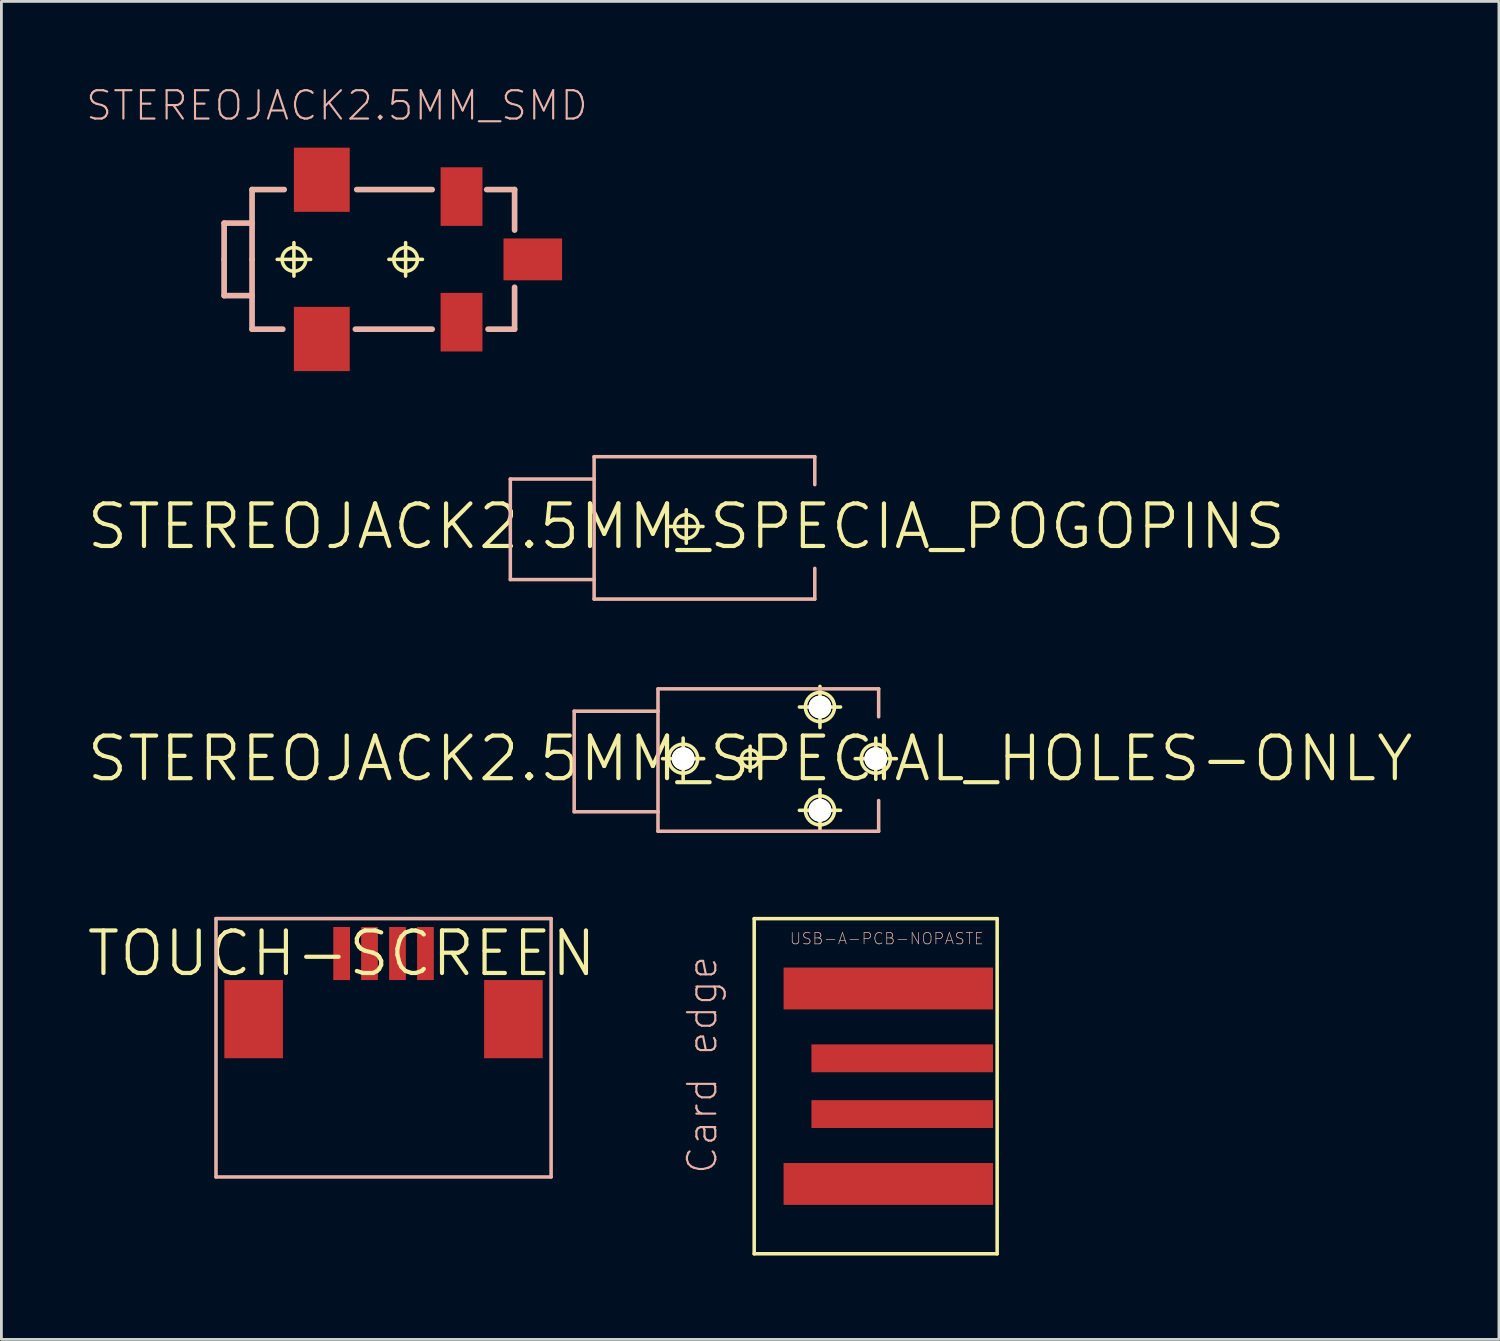
<source format=kicad_pcb>
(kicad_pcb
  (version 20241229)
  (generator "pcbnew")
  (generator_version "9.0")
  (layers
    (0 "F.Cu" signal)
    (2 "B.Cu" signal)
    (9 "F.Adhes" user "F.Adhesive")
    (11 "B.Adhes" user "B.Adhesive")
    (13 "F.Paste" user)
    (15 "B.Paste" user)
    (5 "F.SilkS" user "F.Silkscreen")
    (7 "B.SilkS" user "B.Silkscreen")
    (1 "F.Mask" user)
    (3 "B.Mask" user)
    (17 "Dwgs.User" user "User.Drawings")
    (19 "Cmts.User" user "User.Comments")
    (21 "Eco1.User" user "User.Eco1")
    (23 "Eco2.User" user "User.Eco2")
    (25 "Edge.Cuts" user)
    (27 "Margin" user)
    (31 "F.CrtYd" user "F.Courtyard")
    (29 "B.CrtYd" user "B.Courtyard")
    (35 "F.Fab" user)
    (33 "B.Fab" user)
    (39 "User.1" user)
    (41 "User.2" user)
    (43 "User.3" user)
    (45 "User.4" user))
  (footprint "USB-A-PCB-NOPASTE"
    (layer "F.Cu")
    (at 28.947 35.833)
    (property "Reference" "USB-A-PCB-NOPASTE" (at -0.254 -5.283 0) (layer "B.SilkS") (effects (font (size 0.406 0.406) (thickness 0.025))))
    (attr smd)
    (fp_line (start -4.999 -5.999) (end 3.698 -5.999) (stroke (width 0.127) (type solid)) (layer "F.SilkS"))
    (fp_line (start -4.999 5.999) (end -4.999 -5.999) (stroke (width 0.127) (type solid)) (layer "F.SilkS"))
    (fp_line (start 3.698 -5.999) (end 3.698 5.999) (stroke (width 0.127) (type solid)) (layer "F.SilkS"))
    (fp_line (start 3.698 5.999) (end -4.999 5.999) (stroke (width 0.127) (type solid)) (layer "F.SilkS"))
    (fp_text user "Card edge" (at -6.858 -0.762 90) (layer "B.SilkS") (effects (font (size 1.016 1.016) (thickness 0.076))))
    (pad "5V" smd rect (at -0.198 3.498) (size 7.498 1.499) (layers "F.Cu" "F.Mask" "F.Paste"))
    (pad "GND" smd rect (at -0.198 -3.498) (size 7.498 1.499) (layers "F.Cu" "F.Mask" "F.Paste"))
    (pad "USB_" smd rect (at 0.3 -0.998) (size 6.5 0.998) (layers "F.Cu" "F.Mask" "F.Paste"))
    (pad "USB_" smd rect (at 0.3 0.998) (size 6.5 0.998) (layers "F.Cu" "F.Mask" "F.Paste")))
  (footprint "TOUCH-SCREEN"
    (layer "F.Cu")
    (at 9.18 31.083)
    (property "Reference" "TOUCH-SCREEN" (at 0 0 0) (layer "F.SilkS") (effects (font (size 1.524 1.524) (thickness 0.15))))
    (attr smd)
    (fp_line (start -4.498 -1.25) (end 7.498 -1.25) (stroke (width 0.127) (type solid)) (layer "B.SilkS"))
    (fp_line (start -4.498 7.998) (end -4.498 -1.25) (stroke (width 0.127) (type solid)) (layer "B.SilkS"))
    (fp_line (start 7.498 -1.25) (end 7.498 7.998) (stroke (width 0.127) (type solid)) (layer "B.SilkS"))
    (fp_line (start 7.498 7.998) (end -4.498 7.998) (stroke (width 0.127) (type solid)) (layer "B.SilkS"))
    (pad "P$1" smd rect (at 0 0 180) (size 0.599 1.9) (layers "F.Cu" "F.Mask" "F.Paste"))
    (pad "P$2" smd rect (at 0.998 0) (size 0.599 1.9) (layers "F.Cu" "F.Mask" "F.Paste"))
    (pad "P$3" smd rect (at 1.999 0) (size 0.599 1.9) (layers "F.Cu" "F.Mask" "F.Paste"))
    (pad "P$4" smd rect (at 3 0) (size 0.599 1.9) (layers "F.Cu" "F.Mask" "F.Paste"))
    (pad "P$5" smd rect (at -3.15 2.349 90) (size 2.799 2.098) (layers "F.Cu" "F.Mask" "F.Paste"))
    (pad "P$6" smd rect (at 6.149 2.349 90) (size 2.799 2.098) (layers "F.Cu" "F.Mask" "F.Paste")))
  (footprint "STEREOJACK2.5MM_SPECIAL_HOLES-ONLY"
    (layer "F.Cu")
    (at 23.803 24.108)
    (property "Reference" "STEREOJACK2.5MM_SPECIAL_HOLES-ONLY" (at 0 0 0) (layer "F.SilkS") (effects (font (size 1.524 1.524) (thickness 0.15))))
    (attr exclude_from_pos_files exclude_from_bom)
    (fp_line (start -3.134 0) (end -1.661 0) (stroke (width 0.127) (type solid)) (layer "F.SilkS"))
    (fp_line (start -2.398 0.737) (end -2.398 -0.737) (stroke (width 0.127) (type solid)) (layer "F.SilkS"))
    (fp_line (start -0.445 0) (end 0.445 0) (stroke (width 0.127) (type solid)) (layer "F.SilkS"))
    (fp_line (start 0 0.445) (end 0 -0.445) (stroke (width 0.127) (type solid)) (layer "F.SilkS"))
    (fp_line (start 1.763 -1.849) (end 3.236 -1.849) (stroke (width 0.127) (type solid)) (layer "F.SilkS"))
    (fp_line (start 1.763 1.849) (end 3.236 1.849) (stroke (width 0.127) (type solid)) (layer "F.SilkS"))
    (fp_line (start 2.499 -1.113) (end 2.499 -2.586) (stroke (width 0.127) (type solid)) (layer "F.SilkS"))
    (fp_line (start 2.499 2.586) (end 2.499 1.113) (stroke (width 0.127) (type solid)) (layer "F.SilkS"))
    (fp_line (start 3.762 0) (end 5.235 0) (stroke (width 0.127) (type solid)) (layer "F.SilkS"))
    (fp_line (start 4.498 0.737) (end 4.498 -0.737) (stroke (width 0.127) (type solid)) (layer "F.SilkS"))
    (fp_circle (center -2.398 0) (end -2.766 0.368) (stroke (width 0.127) (type solid)) (fill no) (layer "F.SilkS"))
    (fp_circle (center 0 0) (end -0.221 0.221) (stroke (width 0.127) (type solid)) (fill no) (layer "F.SilkS"))
    (fp_circle (center 2.499 -1.849) (end 2.868 -2.217) (stroke (width 0.127) (type solid)) (fill no) (layer "F.SilkS"))
    (fp_circle (center 2.499 1.849) (end 2.868 2.217) (stroke (width 0.127) (type solid)) (fill no) (layer "F.SilkS"))
    (fp_circle (center 4.498 0) (end 4.867 0.368) (stroke (width 0.127) (type solid)) (fill no) (layer "F.SilkS"))
    (fp_line (start -6.299 -1.699) (end -6.299 1.9) (stroke (width 0.127) (type solid)) (layer "B.SilkS"))
    (fp_line (start -6.299 1.9) (end -3.299 1.9) (stroke (width 0.127) (type solid)) (layer "B.SilkS"))
    (fp_line (start -3.299 -2.499) (end -3.299 -1.699) (stroke (width 0.127) (type solid)) (layer "B.SilkS"))
    (fp_line (start -3.299 -1.699) (end -6.299 -1.699) (stroke (width 0.127) (type solid)) (layer "B.SilkS"))
    (fp_line (start -3.299 -1.699) (end -3.299 1.9) (stroke (width 0.127) (type solid)) (layer "B.SilkS"))
    (fp_line (start -3.299 1.9) (end -3.299 2.598) (stroke (width 0.127) (type solid)) (layer "B.SilkS"))
    (fp_line (start -3.299 2.598) (end 4.6 2.598) (stroke (width 0.127) (type solid)) (layer "B.SilkS"))
    (fp_line (start 4.6 -2.499) (end -3.299 -2.499) (stroke (width 0.127) (type solid)) (layer "B.SilkS"))
    (fp_line (start 4.6 -1.499) (end 4.6 -2.499) (stroke (width 0.127) (type solid)) (layer "B.SilkS"))
    (fp_line (start 4.6 2.598) (end 4.6 1.499) (stroke (width 0.127) (type solid)) (layer "B.SilkS"))
    (pad "RING" thru_hole circle (at 2.499 -1.849) (size 0.813 0.813) (drill 0.889) (layers "*.Cu" "F.Mask" "F.SilkS" "F.Paste"))
    (pad "RING" thru_hole circle (at 2.499 1.849) (size 0.813 0.813) (drill 0.889) (layers "*.Cu" "F.Mask" "F.SilkS" "F.Paste"))
    (pad "SHIE" thru_hole circle (at -2.398 0) (size 0.813 0.813) (drill 0.889) (layers "*.Cu" "F.Mask" "F.SilkS" "F.Paste"))
    (pad "TIP" thru_hole circle (at 4.498 0) (size 0.813 0.813) (drill 0.889) (layers "*.Cu" "F.Mask" "F.SilkS" "F.Paste")))
  (footprint "STEREOJACK2.5MM_SPECIA_POGOPINS"
    (layer "F.Cu")
    (at 21.517 15.797)
    (property "Reference" "STEREOJACK2.5MM_SPECIA_POGOPINS" (at 0 0 0) (layer "F.SilkS") (effects (font (size 1.524 1.524) (thickness 0.15))))
    (attr exclude_from_pos_files exclude_from_bom)
    (fp_line (start -0.599 0) (end 0.599 0) (stroke (width 0.127) (type solid)) (layer "F.SilkS"))
    (fp_line (start 0 0.599) (end 0 -0.599) (stroke (width 0.127) (type solid)) (layer "F.SilkS"))
    (fp_circle (center 0 0) (end -0.3 0.3) (stroke (width 0.127) (type solid)) (fill no) (layer "F.SilkS"))
    (fp_line (start -6.299 -1.699) (end -6.299 1.9) (stroke (width 0.127) (type solid)) (layer "B.SilkS"))
    (fp_line (start -6.299 1.9) (end -3.299 1.9) (stroke (width 0.127) (type solid)) (layer "B.SilkS"))
    (fp_line (start -3.299 -2.499) (end -3.299 -1.699) (stroke (width 0.127) (type solid)) (layer "B.SilkS"))
    (fp_line (start -3.299 -1.699) (end -6.299 -1.699) (stroke (width 0.127) (type solid)) (layer "B.SilkS"))
    (fp_line (start -3.299 -1.699) (end -3.299 1.9) (stroke (width 0.127) (type solid)) (layer "B.SilkS"))
    (fp_line (start -3.299 1.9) (end -3.299 2.598) (stroke (width 0.127) (type solid)) (layer "B.SilkS"))
    (fp_line (start -3.299 2.598) (end 4.6 2.598) (stroke (width 0.127) (type solid)) (layer "B.SilkS"))
    (fp_line (start 4.6 -2.499) (end -3.299 -2.499) (stroke (width 0.127) (type solid)) (layer "B.SilkS"))
    (fp_line (start 4.6 -1.499) (end 4.6 -2.499) (stroke (width 0.127) (type solid)) (layer "B.SilkS"))
    (fp_line (start 4.6 2.598) (end 4.6 1.499) (stroke (width 0.127) (type solid)) (layer "B.SilkS"))
    (pad "RING" thru_hole rect (at 2.499 -1.849) (size 0.001 0.001) (drill 1.118) (layers "*.Cu" "F.Mask" "F.SilkS" "F.Paste"))
    (pad "RING" thru_hole rect (at 2.499 1.849) (size 0.001 0.001) (drill 1.118) (layers "*.Cu" "F.Mask" "F.SilkS" "F.Paste"))
    (pad "SHIE" thru_hole rect (at -2.398 0) (size 0.001 0.001) (drill 1.118) (layers "*.Cu" "F.Mask" "F.SilkS" "F.Paste"))
    (pad "TIP" thru_hole rect (at 4.498 0) (size 0.001 0.001) (drill 1.118) (layers "*.Cu" "F.Mask" "F.SilkS" "F.Paste")))
  (footprint "STEREOJACK2.5MM_SMD"
    (layer "F.Cu")
    (at 7.472 6.235)
    (property "Reference" "STEREOJACK2.5MM_SMD" (at 1.539 -5.507 0) (layer "B.SilkS") (effects (font (size 1.016 1.016) (thickness 0.076))))
    (attr smd)
    (fp_line (start -0.599 0) (end 0.599 0) (stroke (width 0.127) (type solid)) (layer "F.SilkS"))
    (fp_line (start 0 0.599) (end 0 -0.599) (stroke (width 0.127) (type solid)) (layer "F.SilkS"))
    (fp_line (start 3.399 0) (end 4.6 0) (stroke (width 0.127) (type solid)) (layer "F.SilkS"))
    (fp_line (start 3.998 0.599) (end 3.998 -0.599) (stroke (width 0.127) (type solid)) (layer "F.SilkS"))
    (fp_circle (center 0 0) (end -0.3 0.3) (stroke (width 0.127) (type solid)) (fill no) (layer "F.SilkS"))
    (fp_circle (center 3.998 0) (end 4.298 0.3) (stroke (width 0.127) (type solid)) (fill no) (layer "F.SilkS"))
    (fp_line (start -2.499 -1.298) (end -1.499 -1.298) (stroke (width 0.203) (type solid)) (layer "B.SilkS"))
    (fp_line (start -2.499 0) (end -2.499 -1.298) (stroke (width 0.203) (type solid)) (layer "B.SilkS"))
    (fp_line (start -2.499 0) (end -2.499 1.298) (stroke (width 0.203) (type solid)) (layer "B.SilkS"))
    (fp_line (start -2.499 1.298) (end -1.499 1.298) (stroke (width 0.203) (type solid)) (layer "B.SilkS"))
    (fp_line (start -1.499 -2.499) (end -0.348 -2.499) (stroke (width 0.203) (type solid)) (layer "B.SilkS"))
    (fp_line (start -1.499 -1.298) (end -1.499 -2.499) (stroke (width 0.203) (type solid)) (layer "B.SilkS"))
    (fp_line (start -1.499 0) (end -1.499 -1.298) (stroke (width 0.203) (type solid)) (layer "B.SilkS"))
    (fp_line (start -1.499 0) (end -1.499 1.298) (stroke (width 0.203) (type solid)) (layer "B.SilkS"))
    (fp_line (start -1.499 1.298) (end -1.499 2.499) (stroke (width 0.203) (type solid)) (layer "B.SilkS"))
    (fp_line (start -1.499 2.499) (end -0.399 2.499) (stroke (width 0.203) (type solid)) (layer "B.SilkS"))
    (fp_line (start 2.2 2.499) (end 4.948 2.499) (stroke (width 0.203) (type solid)) (layer "B.SilkS"))
    (fp_line (start 2.248 -2.499) (end 4.948 -2.499) (stroke (width 0.203) (type solid)) (layer "B.SilkS"))
    (fp_line (start 6.899 -2.499) (end 7.899 -2.499) (stroke (width 0.203) (type solid)) (layer "B.SilkS"))
    (fp_line (start 6.949 2.499) (end 7.899 2.499) (stroke (width 0.203) (type solid)) (layer "B.SilkS"))
    (fp_line (start 7.899 -2.499) (end 7.899 -1.049) (stroke (width 0.203) (type solid)) (layer "B.SilkS"))
    (fp_line (start 7.899 2.499) (end 7.899 0.998) (stroke (width 0.203) (type solid)) (layer "B.SilkS"))
    (pad "1" smd rect (at 5.999 -2.248 90) (size 2.098 1.499) (layers "F.Cu" "F.Mask" "F.Paste"))
    (pad "3" smd rect (at 8.55 0 180) (size 2.098 1.499) (layers "F.Cu" "F.Mask" "F.Paste"))
    (pad "4" smd rect (at 5.999 2.248 90) (size 2.098 1.499) (layers "F.Cu" "F.Mask" "F.Paste"))
    (pad "5" smd rect (at 0.998 -2.85) (size 1.999 2.299) (layers "F.Cu" "F.Mask" "F.Paste"))
    (pad "A" smd rect (at 0.998 2.85) (size 1.999 2.299) (layers "F.Cu" "F.Mask" "F.Paste")))
  (gr_rect
    (start -3 -3)
    (end 50.607 44.896)
    (stroke (width 0.1) (type default))
    (fill no)
    (layer "Edge.Cuts")))
</source>
